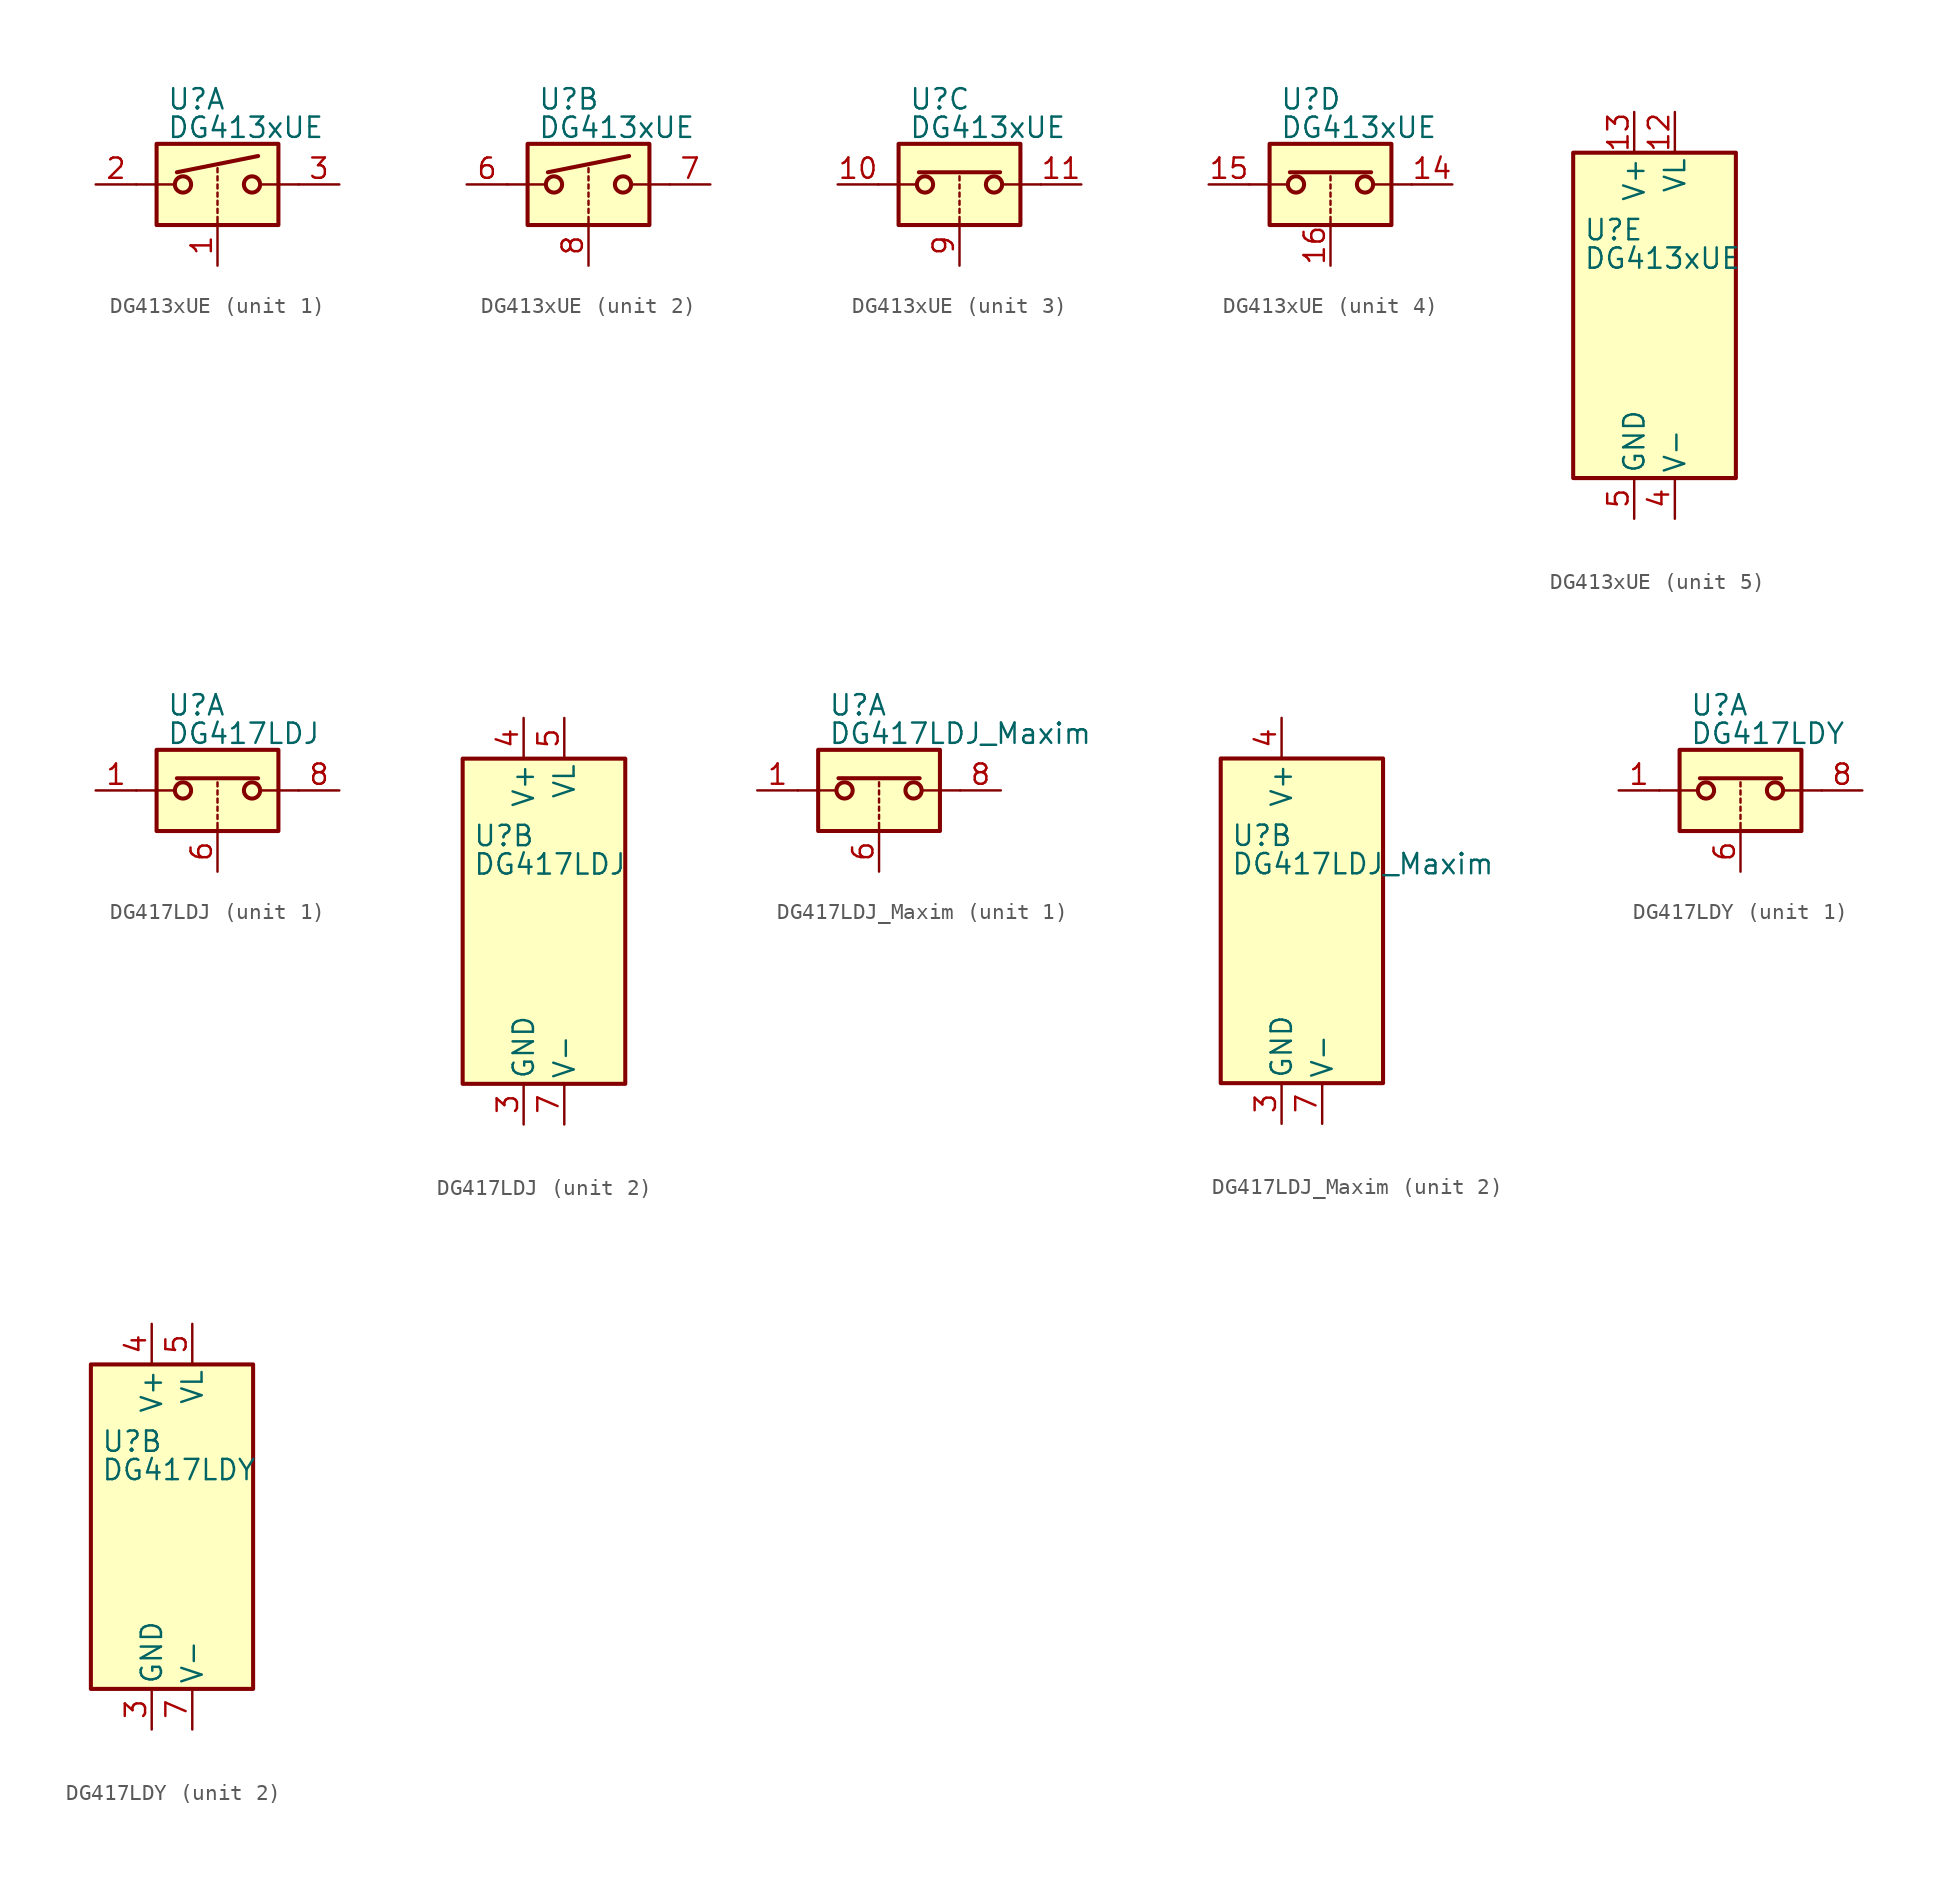
<source format=kicad_sym>
(kicad_symbol_lib
  (version 20201005)
  (generator kicad_symbol_editor)
  (symbol "DG413xUE"
    (pin_names
      (offset 0.254))
    (property "Reference" "U"
      (at -3.175 5.334 0)
      (effects (font (size 1.27 1.27)) (justify left)))
    (property "Value" "DG413xUE"
      (at -3.175 3.556 0)
      (effects (font (size 1.27 1.27)) (justify left)))
    (symbol "DG413xUE_1_1"
      (circle (center -2.159 0) (radius 0.508) (stroke (width 0.254)) (fill (type none)))
      (circle (center 2.159 0) (radius 0.508) (stroke (width 0.254)) (fill (type none)))
      (rectangle (start -3.81 2.54) (end 3.81 -2.54) (stroke (width 0.254)) (fill (type background)))
      (polyline (pts (xy -5.08 0) (xy -2.794 0)) (stroke (width 0)) (fill (type none)))
      (polyline (pts (xy -2.54 0.762) (xy 2.54 1.778)) (stroke (width 0.254)) (fill (type none)))
      (polyline (pts (xy 0 -2.54) (xy 0 -2.032)) (stroke (width 0)) (fill (type none)))
      (polyline (pts (xy 0 -1.778) (xy 0 -1.524)) (stroke (width 0)) (fill (type none)))
      (polyline (pts (xy 0 -1.27) (xy 0 -1.016)) (stroke (width 0)) (fill (type none)))
      (polyline (pts (xy 0 -0.762) (xy 0 -0.508)) (stroke (width 0)) (fill (type none)))
      (polyline (pts (xy 0 -0.254) (xy 0 0)) (stroke (width 0)) (fill (type none)))
      (polyline (pts (xy 0 0.254) (xy 0 0.508)) (stroke (width 0)) (fill (type none)))
      (polyline (pts (xy 0 0.762) (xy 0 1.016)) (stroke (width 0)) (fill (type none)))
      (polyline (pts (xy 5.08 0) (xy 2.794 0)) (stroke (width 0)) (fill (type none)))
      (pin input line (at 0 -5.08 90) (length 2.54) (name "~" (effects (font (size 1.27 1.27)))) (number "1" (effects (font (size 1.27 1.27)))))
      (pin passive line (at -7.62 0 0) (length 2.54) (name "~" (effects (font (size 1.27 1.27)))) (number "2" (effects (font (size 1.27 1.27)))))
      (pin passive line (at 7.62 0 180) (length 2.54) (name "~" (effects (font (size 1.27 1.27)))) (number "3" (effects (font (size 1.27 1.27))))))
    (symbol "DG413xUE_2_1"
      (circle (center -2.159 0) (radius 0.508) (stroke (width 0.254)) (fill (type none)))
      (circle (center 2.159 0) (radius 0.508) (stroke (width 0.254)) (fill (type none)))
      (rectangle (start -3.81 2.54) (end 3.81 -2.54) (stroke (width 0.254)) (fill (type background)))
      (polyline (pts (xy -5.08 0) (xy -2.794 0)) (stroke (width 0)) (fill (type none)))
      (polyline (pts (xy -2.54 0.762) (xy 2.54 1.778)) (stroke (width 0.254)) (fill (type none)))
      (polyline (pts (xy 0 -2.54) (xy 0 -2.032)) (stroke (width 0)) (fill (type none)))
      (polyline (pts (xy 0 -1.778) (xy 0 -1.524)) (stroke (width 0)) (fill (type none)))
      (polyline (pts (xy 0 -1.27) (xy 0 -1.016)) (stroke (width 0)) (fill (type none)))
      (polyline (pts (xy 0 -0.762) (xy 0 -0.508)) (stroke (width 0)) (fill (type none)))
      (polyline (pts (xy 0 -0.254) (xy 0 0)) (stroke (width 0)) (fill (type none)))
      (polyline (pts (xy 0 0.254) (xy 0 0.508)) (stroke (width 0)) (fill (type none)))
      (polyline (pts (xy 0 0.762) (xy 0 1.016)) (stroke (width 0)) (fill (type none)))
      (polyline (pts (xy 5.08 0) (xy 2.794 0)) (stroke (width 0)) (fill (type none)))
      (pin passive line (at -7.62 0 0) (length 2.54) (name "~" (effects (font (size 1.27 1.27)))) (number "6" (effects (font (size 1.27 1.27)))))
      (pin passive line (at 7.62 0 180) (length 2.54) (name "~" (effects (font (size 1.27 1.27)))) (number "7" (effects (font (size 1.27 1.27)))))
      (pin input line (at 0 -5.08 90) (length 2.54) (name "~" (effects (font (size 1.27 1.27)))) (number "8" (effects (font (size 1.27 1.27))))))
    (symbol "DG413xUE_3_1"
      (circle (center -2.159 0) (radius 0.508) (stroke (width 0.254)) (fill (type none)))
      (circle (center 2.159 0) (radius 0.508) (stroke (width 0.254)) (fill (type none)))
      (rectangle (start -3.81 2.54) (end 3.81 -2.54) (stroke (width 0.254)) (fill (type background)))
      (polyline (pts (xy -5.08 0) (xy -2.794 0)) (stroke (width 0)) (fill (type none)))
      (polyline (pts (xy -2.54 0.762) (xy 2.54 0.762)) (stroke (width 0.254)) (fill (type none)))
      (polyline (pts (xy 0 -2.54) (xy 0 -2.032)) (stroke (width 0)) (fill (type none)))
      (polyline (pts (xy 0 -1.778) (xy 0 -1.524)) (stroke (width 0)) (fill (type none)))
      (polyline (pts (xy 0 -1.27) (xy 0 -1.016)) (stroke (width 0)) (fill (type none)))
      (polyline (pts (xy 0 -0.762) (xy 0 -0.508)) (stroke (width 0)) (fill (type none)))
      (polyline (pts (xy 0 -0.254) (xy 0 0)) (stroke (width 0)) (fill (type none)))
      (polyline (pts (xy 0 0.254) (xy 0 0.508)) (stroke (width 0)) (fill (type none)))
      (polyline (pts (xy 5.08 0) (xy 2.794 0)) (stroke (width 0)) (fill (type none)))
      (pin passive line (at -7.62 0 0) (length 2.54) (name "~" (effects (font (size 1.27 1.27)))) (number "10" (effects (font (size 1.27 1.27)))))
      (pin passive line (at 7.62 0 180) (length 2.54) (name "~" (effects (font (size 1.27 1.27)))) (number "11" (effects (font (size 1.27 1.27)))))
      (pin input line (at 0 -5.08 90) (length 2.54) (name "~" (effects (font (size 1.27 1.27)))) (number "9" (effects (font (size 1.27 1.27))))))
    (symbol "DG413xUE_4_1"
      (circle (center -2.159 0) (radius 0.508) (stroke (width 0.254)) (fill (type none)))
      (circle (center 2.159 0) (radius 0.508) (stroke (width 0.254)) (fill (type none)))
      (rectangle (start -3.81 2.54) (end 3.81 -2.54) (stroke (width 0.254)) (fill (type background)))
      (polyline (pts (xy -5.08 0) (xy -2.794 0)) (stroke (width 0)) (fill (type none)))
      (polyline (pts (xy -2.54 0.762) (xy 2.54 0.762)) (stroke (width 0.254)) (fill (type none)))
      (polyline (pts (xy 0 -2.54) (xy 0 -2.032)) (stroke (width 0)) (fill (type none)))
      (polyline (pts (xy 0 -1.778) (xy 0 -1.524)) (stroke (width 0)) (fill (type none)))
      (polyline (pts (xy 0 -1.27) (xy 0 -1.016)) (stroke (width 0)) (fill (type none)))
      (polyline (pts (xy 0 -0.762) (xy 0 -0.508)) (stroke (width 0)) (fill (type none)))
      (polyline (pts (xy 0 -0.254) (xy 0 0)) (stroke (width 0)) (fill (type none)))
      (polyline (pts (xy 0 0.254) (xy 0 0.508)) (stroke (width 0)) (fill (type none)))
      (polyline (pts (xy 5.08 0) (xy 2.794 0)) (stroke (width 0)) (fill (type none)))
      (pin passive line (at 7.62 0 180) (length 2.54) (name "~" (effects (font (size 1.27 1.27)))) (number "14" (effects (font (size 1.27 1.27)))))
      (pin passive line (at -7.62 0 0) (length 2.54) (name "~" (effects (font (size 1.27 1.27)))) (number "15" (effects (font (size 1.27 1.27)))))
      (pin input line (at 0 -5.08 90) (length 2.54) (name "~" (effects (font (size 1.27 1.27)))) (number "16" (effects (font (size 1.27 1.27))))))
    (symbol "DG413xUE_5_0"
      (pin power_in line (at 2.54 12.7 270) (length 2.54) (name "VL" (effects (font (size 1.27 1.27)))) (number "12" (effects (font (size 1.27 1.27)))))
      (pin power_in line (at 0 12.7 270) (length 2.54) (name "V+" (effects (font (size 1.27 1.27)))) (number "13" (effects (font (size 1.27 1.27)))))
      (pin power_in line (at 2.54 -12.7 90) (length 2.54) (name "V-" (effects (font (size 1.27 1.27)))) (number "4" (effects (font (size 1.27 1.27)))))
      (pin power_in line (at 0 -12.7 90) (length 2.54) (name "GND" (effects (font (size 1.27 1.27)))) (number "5" (effects (font (size 1.27 1.27))))))
    (symbol "DG413xUE_5_1"
      (rectangle (start -3.81 10.16) (end 6.35 -10.16) (stroke (width 0.254)) (fill (type background)))))
  (symbol "DG417LDJ"
    (pin_names
      (offset 0.254))
    (property "Reference" "U"
      (at -3.175 5.334 0)
      (effects (font (size 1.27 1.27)) (justify left)))
    (property "Value" "DG417LDJ"
      (at -3.175 3.556 0)
      (effects (font (size 1.27 1.27)) (justify left)))
    (symbol "DG417LDJ_1_1"
      (circle (center -2.159 0) (radius 0.508) (stroke (width 0.254)) (fill (type none)))
      (circle (center 2.159 0) (radius 0.508) (stroke (width 0.254)) (fill (type none)))
      (rectangle (start -3.81 2.54) (end 3.81 -2.54) (stroke (width 0.254)) (fill (type background)))
      (polyline (pts (xy -5.08 0) (xy -2.794 0)) (stroke (width 0)) (fill (type none)))
      (polyline (pts (xy -2.54 0.762) (xy 2.54 0.762)) (stroke (width 0.254)) (fill (type none)))
      (polyline (pts (xy 0 -2.54) (xy 0 -2.032)) (stroke (width 0)) (fill (type none)))
      (polyline (pts (xy 0 -1.778) (xy 0 -1.524)) (stroke (width 0)) (fill (type none)))
      (polyline (pts (xy 0 -1.27) (xy 0 -1.016)) (stroke (width 0)) (fill (type none)))
      (polyline (pts (xy 0 -0.762) (xy 0 -0.508)) (stroke (width 0)) (fill (type none)))
      (polyline (pts (xy 0 -0.254) (xy 0 0)) (stroke (width 0)) (fill (type none)))
      (polyline (pts (xy 0 0.254) (xy 0 0.508)) (stroke (width 0)) (fill (type none)))
      (polyline (pts (xy 5.08 0) (xy 2.794 0)) (stroke (width 0)) (fill (type none)))
      (pin passive line (at -7.62 0 0) (length 2.54) (name "~" (effects (font (size 1.27 1.27)))) (number "1" (effects (font (size 1.27 1.27)))))
      (pin input line (at 0 -5.08 90) (length 2.54) (name "~" (effects (font (size 1.27 1.27)))) (number "6" (effects (font (size 1.27 1.27)))))
      (pin passive line (at 7.62 0 180) (length 2.54) (name "~" (effects (font (size 1.27 1.27)))) (number "8" (effects (font (size 1.27 1.27))))))
    (symbol "DG417LDJ_2_0"
      (pin no_connect line (at -2.54 10.16 270) (length 2.54) hide (name "NC" (effects (font (size 1.27 1.27)))) (number "2" (effects (font (size 1.27 1.27)))))
      (pin power_in line (at 0 -12.7 90) (length 2.54) (name "GND" (effects (font (size 1.27 1.27)))) (number "3" (effects (font (size 1.27 1.27)))))
      (pin power_in line (at 0 12.7 270) (length 2.54) (name "V+" (effects (font (size 1.27 1.27)))) (number "4" (effects (font (size 1.27 1.27)))))
      (pin power_in line (at 2.54 12.7 270) (length 2.54) (name "VL" (effects (font (size 1.27 1.27)))) (number "5" (effects (font (size 1.27 1.27)))))
      (pin power_in line (at 2.54 -12.7 90) (length 2.54) (name "V-" (effects (font (size 1.27 1.27)))) (number "7" (effects (font (size 1.27 1.27))))))
    (symbol "DG417LDJ_2_1"
      (rectangle (start -3.81 10.16) (end 6.35 -10.16) (stroke (width 0.254)) (fill (type background)))))
  (symbol "DG417LDJ_Maxim"
    (pin_names
      (offset 0.254))
    (property "Reference" "U"
      (at -3.175 5.334 0)
      (effects (font (size 1.27 1.27)) (justify left)))
    (property "Value" "DG417LDJ_Maxim"
      (at -3.175 3.556 0)
      (effects (font (size 1.27 1.27)) (justify left)))
    (symbol "DG417LDJ_Maxim_1_1"
      (circle (center -2.159 0) (radius 0.508) (stroke (width 0.254)) (fill (type none)))
      (circle (center 2.159 0) (radius 0.508) (stroke (width 0.254)) (fill (type none)))
      (rectangle (start -3.81 2.54) (end 3.81 -2.54) (stroke (width 0.254)) (fill (type background)))
      (polyline (pts (xy -5.08 0) (xy -2.794 0)) (stroke (width 0)) (fill (type none)))
      (polyline (pts (xy -2.54 0.762) (xy 2.54 0.762)) (stroke (width 0.254)) (fill (type none)))
      (polyline (pts (xy 0 -2.54) (xy 0 -2.032)) (stroke (width 0)) (fill (type none)))
      (polyline (pts (xy 0 -1.778) (xy 0 -1.524)) (stroke (width 0)) (fill (type none)))
      (polyline (pts (xy 0 -1.27) (xy 0 -1.016)) (stroke (width 0)) (fill (type none)))
      (polyline (pts (xy 0 -0.762) (xy 0 -0.508)) (stroke (width 0)) (fill (type none)))
      (polyline (pts (xy 0 -0.254) (xy 0 0)) (stroke (width 0)) (fill (type none)))
      (polyline (pts (xy 0 0.254) (xy 0 0.508)) (stroke (width 0)) (fill (type none)))
      (polyline (pts (xy 5.08 0) (xy 2.794 0)) (stroke (width 0)) (fill (type none)))
      (pin passive line (at -7.62 0 0) (length 2.54) (name "~" (effects (font (size 1.27 1.27)))) (number "1" (effects (font (size 1.27 1.27)))))
      (pin input line (at 0 -5.08 90) (length 2.54) (name "~" (effects (font (size 1.27 1.27)))) (number "6" (effects (font (size 1.27 1.27)))))
      (pin passive line (at 7.62 0 180) (length 2.54) (name "~" (effects (font (size 1.27 1.27)))) (number "8" (effects (font (size 1.27 1.27))))))
    (symbol "DG417LDJ_Maxim_2_0"
      (pin no_connect line (at -2.54 10.16 270) (length 2.54) hide (name "NC" (effects (font (size 1.27 1.27)))) (number "2" (effects (font (size 1.27 1.27)))))
      (pin power_in line (at 0 -12.7 90) (length 2.54) (name "GND" (effects (font (size 1.27 1.27)))) (number "3" (effects (font (size 1.27 1.27)))))
      (pin power_in line (at 0 12.7 270) (length 2.54) (name "V+" (effects (font (size 1.27 1.27)))) (number "4" (effects (font (size 1.27 1.27)))))
      (pin no_connect line (at 2.54 10.16 270) (length 2.54) hide (name "NC" (effects (font (size 1.27 1.27)))) (number "5" (effects (font (size 1.27 1.27)))))
      (pin power_in line (at 2.54 -12.7 90) (length 2.54) (name "V-" (effects (font (size 1.27 1.27)))) (number "7" (effects (font (size 1.27 1.27))))))
    (symbol "DG417LDJ_Maxim_2_1"
      (rectangle (start -3.81 10.16) (end 6.35 -10.16) (stroke (width 0.254)) (fill (type background)))))
  (symbol "DG417LDY"
    (pin_names
      (offset 0.254))
    (property "Reference" "U"
      (at -3.175 5.334 0)
      (effects (font (size 1.27 1.27)) (justify left)))
    (property "Value" "DG417LDY"
      (at -3.175 3.556 0)
      (effects (font (size 1.27 1.27)) (justify left)))
    (symbol "DG417LDY_1_1"
      (circle (center -2.159 0) (radius 0.508) (stroke (width 0.254)) (fill (type none)))
      (circle (center 2.159 0) (radius 0.508) (stroke (width 0.254)) (fill (type none)))
      (rectangle (start -3.81 2.54) (end 3.81 -2.54) (stroke (width 0.254)) (fill (type background)))
      (polyline (pts (xy -5.08 0) (xy -2.794 0)) (stroke (width 0)) (fill (type none)))
      (polyline (pts (xy -2.54 0.762) (xy 2.54 0.762)) (stroke (width 0.254)) (fill (type none)))
      (polyline (pts (xy 0 -2.54) (xy 0 -2.032)) (stroke (width 0)) (fill (type none)))
      (polyline (pts (xy 0 -1.778) (xy 0 -1.524)) (stroke (width 0)) (fill (type none)))
      (polyline (pts (xy 0 -1.27) (xy 0 -1.016)) (stroke (width 0)) (fill (type none)))
      (polyline (pts (xy 0 -0.762) (xy 0 -0.508)) (stroke (width 0)) (fill (type none)))
      (polyline (pts (xy 0 -0.254) (xy 0 0)) (stroke (width 0)) (fill (type none)))
      (polyline (pts (xy 0 0.254) (xy 0 0.508)) (stroke (width 0)) (fill (type none)))
      (polyline (pts (xy 5.08 0) (xy 2.794 0)) (stroke (width 0)) (fill (type none)))
      (pin passive line (at -7.62 0 0) (length 2.54) (name "~" (effects (font (size 1.27 1.27)))) (number "1" (effects (font (size 1.27 1.27)))))
      (pin input line (at 0 -5.08 90) (length 2.54) (name "~" (effects (font (size 1.27 1.27)))) (number "6" (effects (font (size 1.27 1.27)))))
      (pin passive line (at 7.62 0 180) (length 2.54) (name "~" (effects (font (size 1.27 1.27)))) (number "8" (effects (font (size 1.27 1.27))))))
    (symbol "DG417LDY_2_0"
      (pin no_connect line (at -2.54 10.16 270) (length 2.54) hide (name "NC" (effects (font (size 1.27 1.27)))) (number "2" (effects (font (size 1.27 1.27)))))
      (pin power_in line (at 0 -12.7 90) (length 2.54) (name "GND" (effects (font (size 1.27 1.27)))) (number "3" (effects (font (size 1.27 1.27)))))
      (pin power_in line (at 0 12.7 270) (length 2.54) (name "V+" (effects (font (size 1.27 1.27)))) (number "4" (effects (font (size 1.27 1.27)))))
      (pin power_in line (at 2.54 12.7 270) (length 2.54) (name "VL" (effects (font (size 1.27 1.27)))) (number "5" (effects (font (size 1.27 1.27)))))
      (pin power_in line (at 2.54 -12.7 90) (length 2.54) (name "V-" (effects (font (size 1.27 1.27)))) (number "7" (effects (font (size 1.27 1.27))))))
    (symbol "DG417LDY_2_1"
      (rectangle (start -3.81 10.16) (end 6.35 -10.16) (stroke (width 0.254)) (fill (type background))))))
</source>
